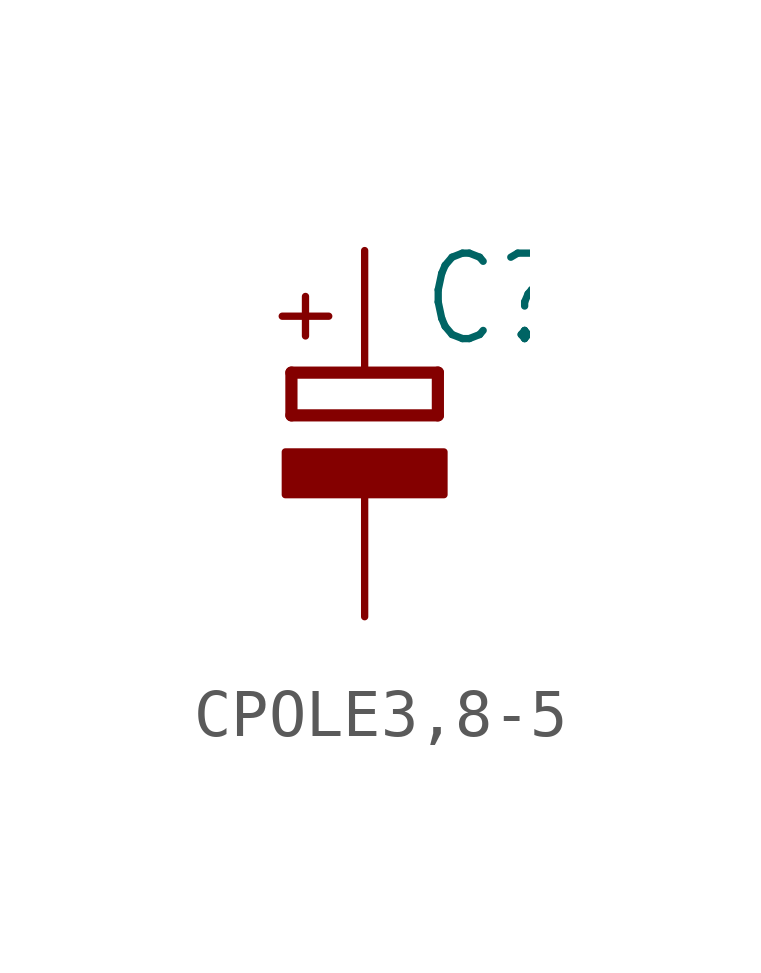
<source format=kicad_sym>
(kicad_symbol_lib
  (version 20241209)
  (generator "kicad_symbol_editor")
  (generator_version "9.0")
  (symbol "CPOLE3,8-5"
    (property "Reference" "C"
      (at 1.143 0.483 0)
      (effects (font (size 1.778 1.511)) (justify left bottom)))
    (property "Value" ""
      (at 1.143 -4.597 0)
      (effects (font (size 1.778 1.511)) (justify left bottom)))
    (property "ki_locked" ""
      (at 0 0 0)
      (effects (font (size 1.27 1.27))))
    (symbol "CPOLE3,8-5_1_0"
      (rectangle (start -1.651 -2.54) (end 1.651 -1.651) (stroke (width 0) (type default)) (fill (type outline)))
      (polyline (pts (xy -1.524 0) (xy -1.524 -0.889)) (stroke (width 0.254) (type solid)) (fill (type none)))
      (polyline (pts (xy -1.524 0) (xy 1.524 0)) (stroke (width 0.254) (type solid)) (fill (type none)))
      (polyline (pts (xy -1.524 -0.889) (xy 1.524 -0.889)) (stroke (width 0.254) (type solid)) (fill (type none)))
      (polyline (pts (xy 1.524 -0.889) (xy 1.524 0)) (stroke (width 0.254) (type solid)) (fill (type none)))
      (text "+" (at -0.584 0.406 900) (effects (font (size 1.27 1.079)) (justify left bottom)))
      (pin passive line (at 0 2.54 270) (length 2.54) (name "+" (effects (font (size 0 0)))) (number "+" (effects (font (size 0 0)))))
      (pin passive line (at 0 -5.08 90) (length 2.54) (name "-" (effects (font (size 0 0)))) (number "-" (effects (font (size 0 0))))))))
</source>
